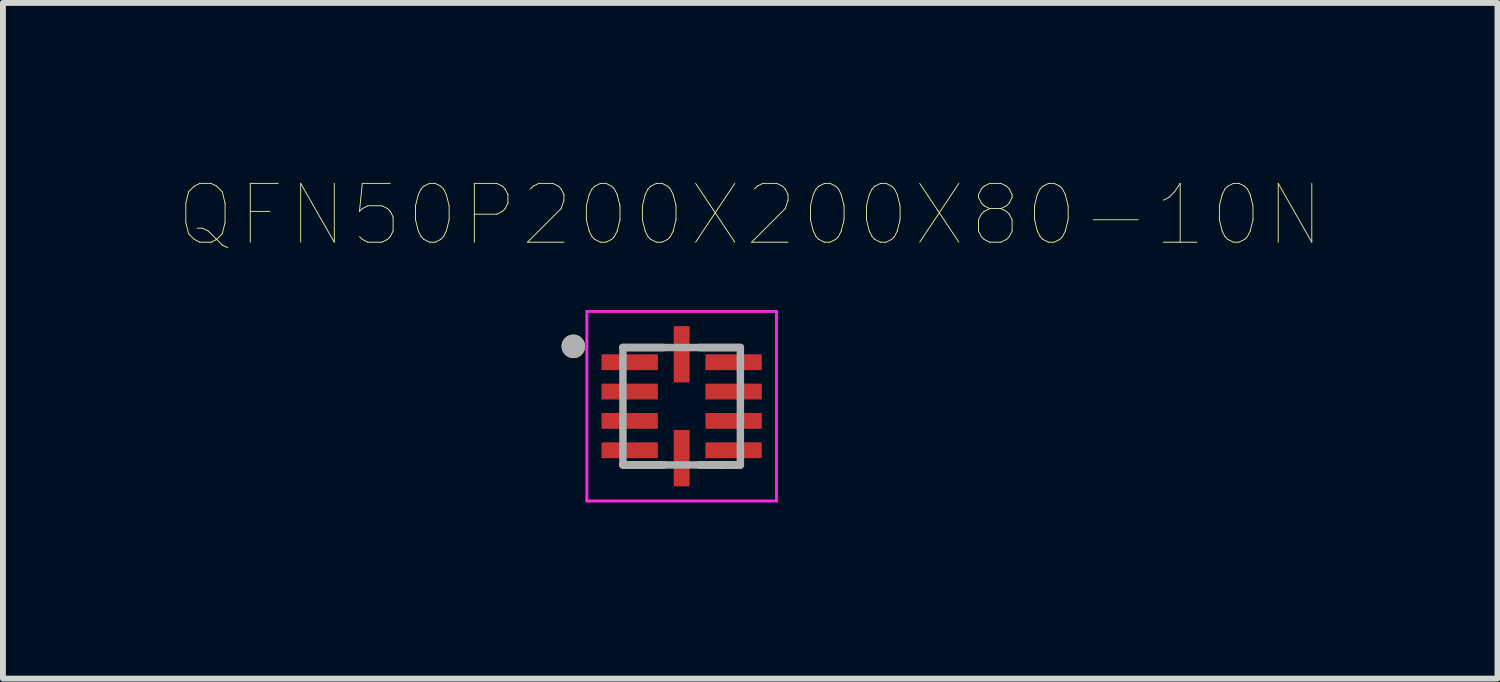
<source format=kicad_pcb>
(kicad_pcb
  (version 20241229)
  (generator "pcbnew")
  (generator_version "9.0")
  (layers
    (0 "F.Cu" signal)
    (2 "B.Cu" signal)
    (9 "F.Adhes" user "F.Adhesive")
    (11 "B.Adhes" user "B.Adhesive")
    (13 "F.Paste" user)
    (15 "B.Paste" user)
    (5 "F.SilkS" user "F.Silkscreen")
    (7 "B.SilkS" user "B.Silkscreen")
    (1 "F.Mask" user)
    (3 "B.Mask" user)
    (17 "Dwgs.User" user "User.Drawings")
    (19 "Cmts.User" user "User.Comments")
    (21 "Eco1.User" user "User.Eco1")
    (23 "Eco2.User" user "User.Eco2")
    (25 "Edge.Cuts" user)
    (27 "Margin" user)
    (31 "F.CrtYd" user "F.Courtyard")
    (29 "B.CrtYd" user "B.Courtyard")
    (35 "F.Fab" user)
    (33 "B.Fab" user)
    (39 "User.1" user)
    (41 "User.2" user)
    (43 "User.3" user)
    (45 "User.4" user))
  (footprint "QFN50P200X200X80-10N"
    (layer "F.Cu")
    (at 8.562 3.87)
    (property "Reference" "QFN50P200X200X80-10N" (at 1.168 -3.257 0) (layer "F.SilkS") (effects (font (size 1.002 1.002) (thickness 0.015))))
    (attr through_hole)
    (fp_line (start -1 -1) (end -0.3 -1) (stroke (width 0.127) (type solid)) (layer "F.SilkS"))
    (fp_line (start -1 1) (end -0.3 1) (stroke (width 0.127) (type solid)) (layer "F.SilkS"))
    (fp_line (start 0.65 1) (end 0.3 1) (stroke (width 0.127) (type solid)) (layer "F.SilkS"))
    (fp_line (start 0.7 1) (end 0.65 1) (stroke (width 0.127) (type solid)) (layer "F.SilkS"))
    (fp_line (start 1 -1) (end 0.3 -1) (stroke (width 0.127) (type solid)) (layer "F.SilkS"))
    (fp_line (start 1 1) (end 0.7 1) (stroke (width 0.127) (type solid)) (layer "F.SilkS"))
    (fp_circle (center -1.845 -1.02) (end -1.745 -1.02) (stroke (width 0.2) (type solid)) (fill no) (layer "F.SilkS"))
    (fp_line (start -1.615 -1.615) (end 1.615 -1.615) (stroke (width 0.05) (type solid)) (layer "F.CrtYd"))
    (fp_line (start -1.615 1.615) (end -1.615 -1.615) (stroke (width 0.05) (type solid)) (layer "F.CrtYd"))
    (fp_line (start -1.615 1.615) (end 1.615 1.615) (stroke (width 0.05) (type solid)) (layer "F.CrtYd"))
    (fp_line (start 1.615 1.615) (end 1.615 -1.615) (stroke (width 0.05) (type solid)) (layer "F.CrtYd"))
    (fp_line (start -1 1) (end -1 -1) (stroke (width 0.127) (type solid)) (layer "F.Fab"))
    (fp_line (start 1 -1) (end -1 -1) (stroke (width 0.127) (type solid)) (layer "F.Fab"))
    (fp_line (start 1 1) (end -1 1) (stroke (width 0.127) (type solid)) (layer "F.Fab"))
    (fp_line (start 1 1) (end 1 -1) (stroke (width 0.127) (type solid)) (layer "F.Fab"))
    (fp_circle (center -1.845 -1.02) (end -1.745 -1.02) (stroke (width 0.2) (type solid)) (fill no) (layer "F.Fab"))
    (pad "1" smd rect (at -0.885 -0.75) (size 0.96 0.27) (layers "F.Cu" "F.Mask" "F.Paste"))
    (pad "2" smd rect (at -0.885 -0.25) (size 0.96 0.27) (layers "F.Cu" "F.Mask" "F.Paste"))
    (pad "3" smd rect (at -0.885 0.25) (size 0.96 0.27) (layers "F.Cu" "F.Mask" "F.Paste"))
    (pad "4" smd rect (at -0.885 0.75) (size 0.96 0.27) (layers "F.Cu" "F.Mask" "F.Paste"))
    (pad "5" smd rect (at 0 0.885) (size 0.27 0.96) (layers "F.Cu" "F.Mask" "F.Paste"))
    (pad "6" smd rect (at 0.885 0.75) (size 0.96 0.27) (layers "F.Cu" "F.Mask" "F.Paste"))
    (pad "7" smd rect (at 0.885 0.25) (size 0.96 0.27) (layers "F.Cu" "F.Mask" "F.Paste"))
    (pad "8" smd rect (at 0.885 -0.25) (size 0.96 0.27) (layers "F.Cu" "F.Mask" "F.Paste"))
    (pad "9" smd rect (at 0.885 -0.75) (size 0.96 0.27) (layers "F.Cu" "F.Mask" "F.Paste"))
    (pad "10" smd rect (at 0 -0.885) (size 0.27 0.96) (layers "F.Cu" "F.Mask" "F.Paste")))
  (gr_rect
    (start -3 -3)
    (end 22.459 8.51)
    (stroke (width 0.1) (type default))
    (fill no)
    (layer "Edge.Cuts")))
</source>
